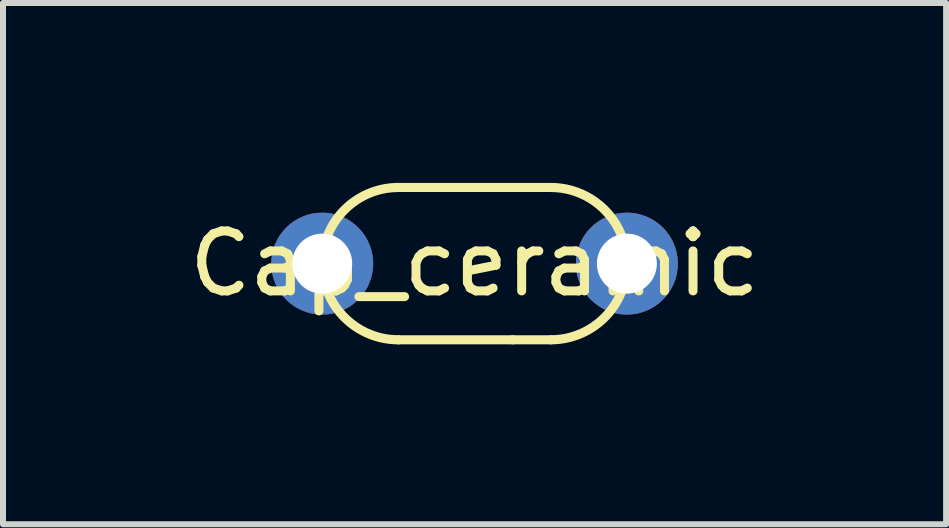
<source format=kicad_pcb>
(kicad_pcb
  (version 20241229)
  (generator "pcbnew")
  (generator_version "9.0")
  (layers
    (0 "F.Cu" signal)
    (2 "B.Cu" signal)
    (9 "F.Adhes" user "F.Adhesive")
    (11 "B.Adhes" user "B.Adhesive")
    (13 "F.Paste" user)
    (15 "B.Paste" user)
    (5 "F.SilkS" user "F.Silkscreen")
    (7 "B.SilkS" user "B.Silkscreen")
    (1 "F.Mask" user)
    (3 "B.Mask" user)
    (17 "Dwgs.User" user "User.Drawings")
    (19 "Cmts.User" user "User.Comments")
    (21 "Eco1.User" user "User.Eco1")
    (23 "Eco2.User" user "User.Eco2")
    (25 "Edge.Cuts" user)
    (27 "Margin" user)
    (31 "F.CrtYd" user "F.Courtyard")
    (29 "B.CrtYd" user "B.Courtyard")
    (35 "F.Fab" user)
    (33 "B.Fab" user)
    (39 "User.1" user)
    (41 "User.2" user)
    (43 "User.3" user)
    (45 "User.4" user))
  (footprint "Cap_ceramic"
    (layer "F.Cu")
    (at 4.863 1.346)
    (property "Reference" "Cap_ceramic" (at 0 0 0) (layer "F.SilkS") (effects (font (size 1 1) (thickness 0.15))))
    (attr through_hole)
    (fp_line (start -1.27 1.27) (end 0.635 1.27) (stroke (width 0.152) (type solid)) (layer "F.SilkS"))
    (fp_line (start 0.635 1.27) (end 1.27 1.27) (stroke (width 0.152) (type solid)) (layer "F.SilkS"))
    (fp_line (start 1.27 -1.27) (end -1.27 -1.27) (stroke (width 0.152) (type solid)) (layer "F.SilkS"))
    (fp_arc (start -2.54 0) (mid -2.168026 -0.898026) (end -1.27 -1.27) (stroke (width 0.1524) (type solid)) (layer "F.SilkS"))
    (fp_arc (start -1.27 1.27) (mid -2.168026 0.898026) (end -2.54 0) (stroke (width 0.1524) (type solid)) (layer "F.SilkS"))
    (fp_arc (start 1.27 -1.27) (mid 2.168026 -0.898026) (end 2.54 0) (stroke (width 0.1524) (type solid)) (layer "F.SilkS"))
    (fp_arc (start 2.54 0) (mid 2.168026 0.898026) (end 1.27 1.27) (stroke (width 0.1524) (type solid)) (layer "F.SilkS"))
    (pad "1" thru_hole circle (at -2.54 0) (size 1.7 1.7) (drill 1) (layers "*.Cu" "*.Mask"))
    (pad "2" thru_hole circle (at 2.54 0) (size 1.7 1.7) (drill 1) (layers "*.Cu" "*.Mask")))
  (gr_rect
    (start -3 -3)
    (end 12.726 5.692)
    (stroke (width 0.1) (type default))
    (fill no)
    (layer "Edge.Cuts")))
</source>
